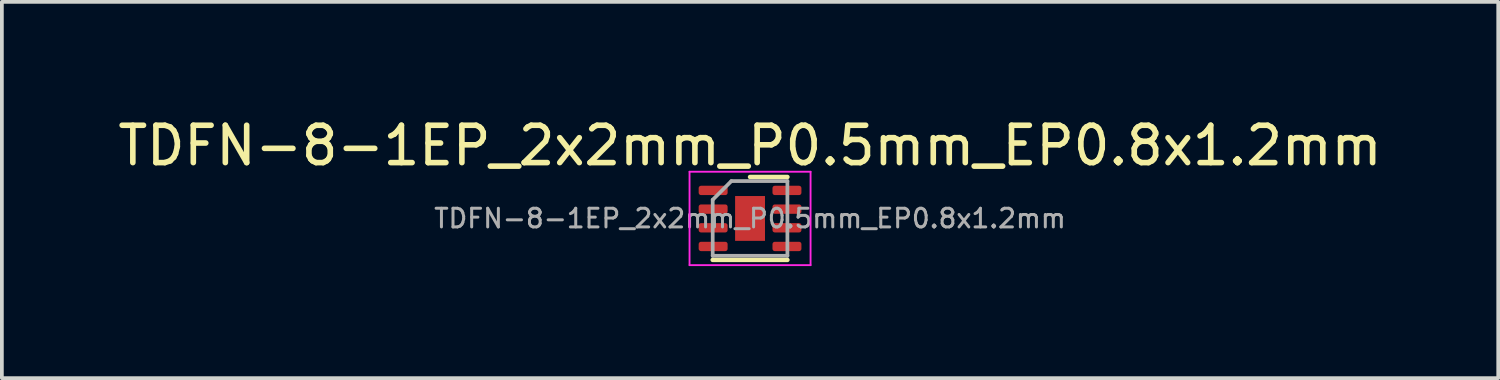
<source format=kicad_pcb>
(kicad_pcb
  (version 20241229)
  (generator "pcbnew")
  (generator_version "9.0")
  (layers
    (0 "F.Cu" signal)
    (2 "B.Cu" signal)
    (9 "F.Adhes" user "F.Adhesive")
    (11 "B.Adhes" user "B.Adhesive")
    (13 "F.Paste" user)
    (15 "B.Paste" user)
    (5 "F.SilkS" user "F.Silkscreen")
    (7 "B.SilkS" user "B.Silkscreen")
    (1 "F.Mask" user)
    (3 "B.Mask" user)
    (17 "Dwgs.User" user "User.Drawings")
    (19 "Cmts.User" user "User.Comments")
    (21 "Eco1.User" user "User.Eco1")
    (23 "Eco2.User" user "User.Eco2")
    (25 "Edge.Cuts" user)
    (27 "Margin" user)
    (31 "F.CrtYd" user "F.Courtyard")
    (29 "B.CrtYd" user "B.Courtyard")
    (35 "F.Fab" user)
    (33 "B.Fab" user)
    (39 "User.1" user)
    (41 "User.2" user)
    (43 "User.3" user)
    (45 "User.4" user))
  (footprint "TDFN-8-1EP_2x2mm_P0.5mm_EP0.8x1.2mm"
    (layer "F.Cu")
    (at 17.03 2.798)
    (property "Reference" "TDFN-8-1EP_2x2mm_P0.5mm_EP0.8x1.2mm" (at 0 -1.95 0) (layer "F.SilkS") (effects (font (size 1 1) (thickness 0.15))))
    (attr smd)
    (fp_line (start -1 1.11) (end 1 1.11) (stroke (width 0.12) (type solid)) (layer "F.SilkS"))
    (fp_line (start 0 -1.11) (end 1 -1.11) (stroke (width 0.12) (type solid)) (layer "F.SilkS"))
    (fp_line (start -1.62 -1.25) (end -1.62 1.25) (stroke (width 0.05) (type solid)) (layer "F.CrtYd"))
    (fp_line (start -1.62 1.25) (end 1.62 1.25) (stroke (width 0.05) (type solid)) (layer "F.CrtYd"))
    (fp_line (start 1.62 -1.25) (end -1.62 -1.25) (stroke (width 0.05) (type solid)) (layer "F.CrtYd"))
    (fp_line (start 1.62 1.25) (end 1.62 -1.25) (stroke (width 0.05) (type solid)) (layer "F.CrtYd"))
    (fp_line (start -1 -0.5) (end -0.5 -1) (stroke (width 0.1) (type solid)) (layer "F.Fab"))
    (fp_line (start -1 1) (end -1 -0.5) (stroke (width 0.1) (type solid)) (layer "F.Fab"))
    (fp_line (start -0.5 -1) (end 1 -1) (stroke (width 0.1) (type solid)) (layer "F.Fab"))
    (fp_line (start 1 -1) (end 1 1) (stroke (width 0.1) (type solid)) (layer "F.Fab"))
    (fp_line (start 1 1) (end -1 1) (stroke (width 0.1) (type solid)) (layer "F.Fab"))
    (fp_text user "${REFERENCE}" (at 0 0 0) (layer "F.Fab") (effects (font (size 0.5 0.5) (thickness 0.08))))
    (pad "" smd roundrect (at -0.2 -0.3) (size 0.32 0.48) (layers "F.Paste") (roundrect_rratio 0.25))
    (pad "" smd roundrect (at -0.2 0.3) (size 0.32 0.48) (layers "F.Paste") (roundrect_rratio 0.25))
    (pad "" smd roundrect (at 0.2 -0.3) (size 0.32 0.48) (layers "F.Paste") (roundrect_rratio 0.25))
    (pad "" smd roundrect (at 0.2 0.3) (size 0.32 0.48) (layers "F.Paste") (roundrect_rratio 0.25))
    (pad "1" smd roundrect (at -0.988 -0.75) (size 0.775 0.25) (layers "F.Cu" "F.Mask" "F.Paste") (roundrect_rratio 0.25))
    (pad "2" smd roundrect (at -0.988 -0.25) (size 0.775 0.25) (layers "F.Cu" "F.Mask" "F.Paste") (roundrect_rratio 0.25))
    (pad "3" smd roundrect (at -0.988 0.25) (size 0.775 0.25) (layers "F.Cu" "F.Mask" "F.Paste") (roundrect_rratio 0.25))
    (pad "4" smd roundrect (at -0.988 0.75) (size 0.775 0.25) (layers "F.Cu" "F.Mask" "F.Paste") (roundrect_rratio 0.25))
    (pad "5" smd roundrect (at 0.988 0.75) (size 0.775 0.25) (layers "F.Cu" "F.Mask" "F.Paste") (roundrect_rratio 0.25))
    (pad "6" smd roundrect (at 0.988 0.25) (size 0.775 0.25) (layers "F.Cu" "F.Mask" "F.Paste") (roundrect_rratio 0.25))
    (pad "7" smd roundrect (at 0.988 -0.25) (size 0.775 0.25) (layers "F.Cu" "F.Mask" "F.Paste") (roundrect_rratio 0.25))
    (pad "8" smd roundrect (at 0.988 -0.75) (size 0.775 0.25) (layers "F.Cu" "F.Mask" "F.Paste") (roundrect_rratio 0.25))
    (pad "9" smd rect (at 0 0) (size 0.8 1.2) (layers "F.Cu" "F.Mask")))
  (gr_rect
    (start -3 -3)
    (end 37.06 7.073)
    (stroke (width 0.1) (type default))
    (fill no)
    (layer "Edge.Cuts")))
</source>
